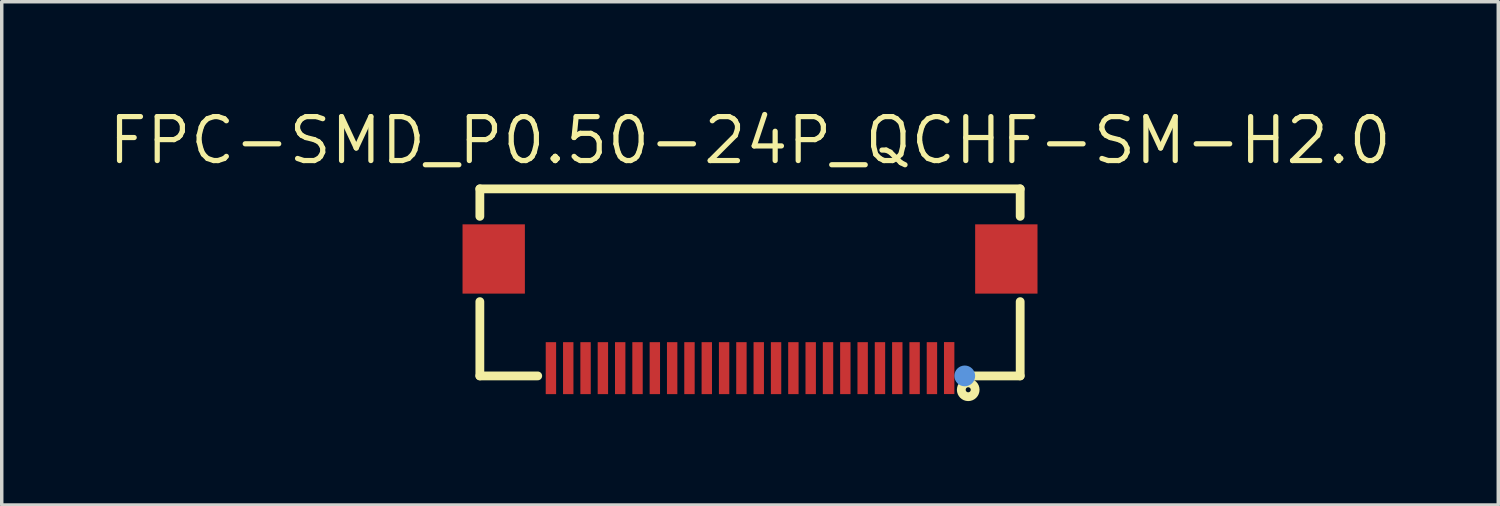
<source format=kicad_pcb>
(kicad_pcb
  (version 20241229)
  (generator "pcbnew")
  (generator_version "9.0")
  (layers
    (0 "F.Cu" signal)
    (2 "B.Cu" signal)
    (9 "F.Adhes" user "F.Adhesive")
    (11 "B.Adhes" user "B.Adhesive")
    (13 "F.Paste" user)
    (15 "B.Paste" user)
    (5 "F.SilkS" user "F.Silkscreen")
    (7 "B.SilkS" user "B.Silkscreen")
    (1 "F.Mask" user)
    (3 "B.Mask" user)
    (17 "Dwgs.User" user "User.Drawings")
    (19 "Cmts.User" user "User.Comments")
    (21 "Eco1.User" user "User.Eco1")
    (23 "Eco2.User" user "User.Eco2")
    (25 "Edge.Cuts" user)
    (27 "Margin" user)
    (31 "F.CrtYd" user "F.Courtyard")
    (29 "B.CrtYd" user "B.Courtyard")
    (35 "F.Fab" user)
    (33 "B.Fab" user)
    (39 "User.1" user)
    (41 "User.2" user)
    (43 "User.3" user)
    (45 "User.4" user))
  (footprint "FPC-SMD_P0.50-24P_QCHF-SM-H2.0"
    (layer "F.Cu")
    (at 18.604 6.003)
    (property "Reference" "FPC-SMD_P0.50-24P_QCHF-SM-H2.0" (at 0 -4.997 0) (layer "F.SilkS") (effects (font (size 1.27 1.27) (thickness 0.15))))
    (attr smd)
    (fp_line (start -7.8 -3.6) (end -7.8 -2.807) (stroke (width 0.254) (type solid)) (layer "F.SilkS"))
    (fp_line (start -7.8 -3.6) (end 7.8 -3.6) (stroke (width 0.254) (type solid)) (layer "F.SilkS"))
    (fp_line (start -7.8 -0.345) (end -7.8 1.8) (stroke (width 0.254) (type solid)) (layer "F.SilkS"))
    (fp_line (start -7.8 1.8) (end -6.129 1.8) (stroke (width 0.254) (type solid)) (layer "F.SilkS"))
    (fp_line (start 6.131 1.8) (end 7.8 1.8) (stroke (width 0.254) (type solid)) (layer "F.SilkS"))
    (fp_line (start 7.8 -3.6) (end 7.8 -2.807) (stroke (width 0.254) (type solid)) (layer "F.SilkS"))
    (fp_line (start 7.8 -0.345) (end 7.8 1.8) (stroke (width 0.254) (type solid)) (layer "F.SilkS"))
    (fp_circle (center 6.3 2.2) (end 6.5 2.2) (stroke (width 0.254) (type solid)) (fill no) (layer "F.SilkS"))
    (fp_circle (center 6.2 1.8) (end 6.35 1.8) (stroke (width 0.3) (type solid)) (fill no) (layer "Cmts.User"))
    (fp_text user "" (at 0 0 0) (layer "Cmts.User") (effects (font (size 1 1) (thickness 0.15))))
    (pad "1" smd rect (at 5.75 1.574 180) (size 0.3 1.5) (layers "F.Cu" "F.Mask" "F.Paste"))
    (pad "2" smd rect (at 5.252 1.576 180) (size 0.3 1.5) (layers "F.Cu" "F.Mask" "F.Paste"))
    (pad "3" smd rect (at 4.752 1.576 180) (size 0.3 1.5) (layers "F.Cu" "F.Mask" "F.Paste"))
    (pad "4" smd rect (at 4.252 1.576 180) (size 0.3 1.5) (layers "F.Cu" "F.Mask" "F.Paste"))
    (pad "5" smd rect (at 3.752 1.576 180) (size 0.3 1.5) (layers "F.Cu" "F.Mask" "F.Paste"))
    (pad "6" smd rect (at 3.252 1.576 180) (size 0.3 1.5) (layers "F.Cu" "F.Mask" "F.Paste"))
    (pad "7" smd rect (at 2.752 1.576 180) (size 0.3 1.5) (layers "F.Cu" "F.Mask" "F.Paste"))
    (pad "8" smd rect (at 2.252 1.576 180) (size 0.3 1.5) (layers "F.Cu" "F.Mask" "F.Paste"))
    (pad "9" smd rect (at 1.752 1.576 180) (size 0.3 1.5) (layers "F.Cu" "F.Mask" "F.Paste"))
    (pad "10" smd rect (at 1.252 1.576 180) (size 0.3 1.5) (layers "F.Cu" "F.Mask" "F.Paste"))
    (pad "11" smd rect (at 0.752 1.576 180) (size 0.3 1.5) (layers "F.Cu" "F.Mask" "F.Paste"))
    (pad "12" smd rect (at 0.252 1.576 180) (size 0.3 1.5) (layers "F.Cu" "F.Mask" "F.Paste"))
    (pad "13" smd rect (at -0.248 1.576 180) (size 0.3 1.5) (layers "F.Cu" "F.Mask" "F.Paste"))
    (pad "14" smd rect (at -0.748 1.576 180) (size 0.3 1.5) (layers "F.Cu" "F.Mask" "F.Paste"))
    (pad "15" smd rect (at -1.248 1.576 180) (size 0.3 1.5) (layers "F.Cu" "F.Mask" "F.Paste"))
    (pad "16" smd rect (at -1.748 1.576 180) (size 0.3 1.5) (layers "F.Cu" "F.Mask" "F.Paste"))
    (pad "17" smd rect (at -2.248 1.576 180) (size 0.3 1.5) (layers "F.Cu" "F.Mask" "F.Paste"))
    (pad "18" smd rect (at -2.748 1.576 180) (size 0.3 1.5) (layers "F.Cu" "F.Mask" "F.Paste"))
    (pad "19" smd rect (at -3.248 1.576 180) (size 0.3 1.5) (layers "F.Cu" "F.Mask" "F.Paste"))
    (pad "20" smd rect (at -3.748 1.576 180) (size 0.3 1.5) (layers "F.Cu" "F.Mask" "F.Paste"))
    (pad "21" smd rect (at -4.248 1.576 180) (size 0.3 1.5) (layers "F.Cu" "F.Mask" "F.Paste"))
    (pad "22" smd rect (at -4.748 1.576 180) (size 0.3 1.5) (layers "F.Cu" "F.Mask" "F.Paste"))
    (pad "23" smd rect (at -5.248 1.576 180) (size 0.3 1.5) (layers "F.Cu" "F.Mask" "F.Paste"))
    (pad "24" smd rect (at -5.748 1.576 180) (size 0.3 1.5) (layers "F.Cu" "F.Mask" "F.Paste"))
    (pad "25" smd rect (at 7.4 -1.576 180) (size 1.8 2) (layers "F.Cu" "F.Mask" "F.Paste"))
    (pad "26" smd rect (at -7.4 -1.576) (size 1.8 2) (layers "F.Cu" "F.Mask" "F.Paste")))
  (gr_rect
    (start -3 -3)
    (end 40.207 11.53)
    (stroke (width 0.1) (type default))
    (fill no)
    (layer "Edge.Cuts")))
</source>
